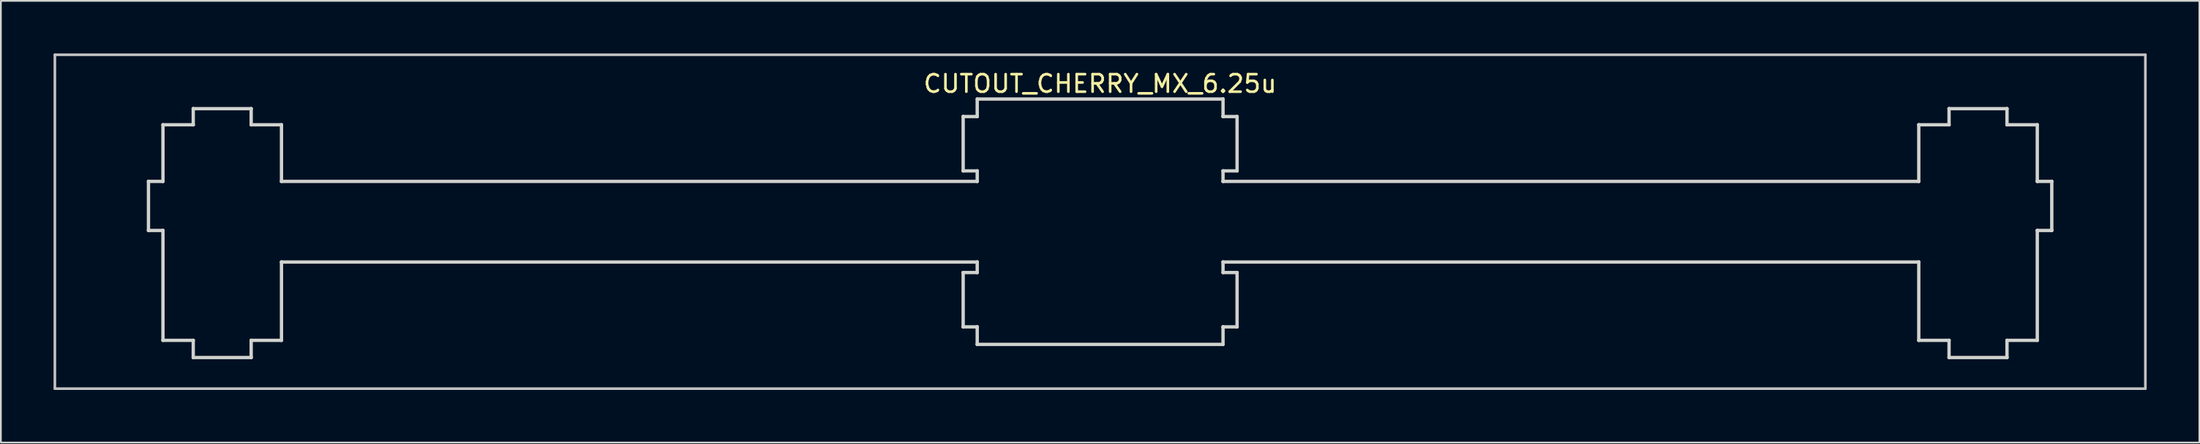
<source format=kicad_pcb>
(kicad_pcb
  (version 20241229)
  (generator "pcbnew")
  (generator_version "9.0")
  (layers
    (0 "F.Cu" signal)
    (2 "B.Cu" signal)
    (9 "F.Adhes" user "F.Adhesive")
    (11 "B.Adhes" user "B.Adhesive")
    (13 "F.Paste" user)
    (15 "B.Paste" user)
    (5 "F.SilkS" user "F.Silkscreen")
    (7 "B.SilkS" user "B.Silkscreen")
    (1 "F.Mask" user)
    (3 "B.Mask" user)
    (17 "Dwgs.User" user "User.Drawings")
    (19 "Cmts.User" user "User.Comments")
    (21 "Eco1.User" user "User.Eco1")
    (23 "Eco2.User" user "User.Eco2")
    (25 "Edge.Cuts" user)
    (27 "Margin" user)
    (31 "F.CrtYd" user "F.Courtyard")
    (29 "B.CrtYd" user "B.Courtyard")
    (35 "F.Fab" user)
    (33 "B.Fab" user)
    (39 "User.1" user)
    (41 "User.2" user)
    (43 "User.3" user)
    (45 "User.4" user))
  (footprint "CUTOUT_CHERRY_MX_6.25u"
    (layer "F.Cu")
    (at 62.146 4.52)
    (property "Reference" "CUTOUT_CHERRY_MX_6.25u" (at -2.54 -2.794 0) (layer "F.SilkS") (effects (font (size 1 1) (thickness 0.15))))
    (attr through_hole)
    (fp_line (start -62.071 -4.445) (end 56.991 -4.445) (stroke (width 0.15) (type solid)) (layer "Dwgs.User"))
    (fp_line (start -62.071 14.605) (end -62.071 -4.445) (stroke (width 0.15) (type solid)) (layer "Dwgs.User"))
    (fp_line (start 56.991 -4.445) (end 56.991 14.605) (stroke (width 0.15) (type solid)) (layer "Dwgs.User"))
    (fp_line (start 56.991 14.605) (end -62.071 14.605) (stroke (width 0.15) (type solid)) (layer "Dwgs.User"))
    (fp_line (start -56.74 2.78) (end -56.74 2.78) (stroke (width 0.189) (type solid)) (layer "Edge.Cuts"))
    (fp_line (start -56.74 2.78) (end -56.74 5.58) (stroke (width 0.189) (type solid)) (layer "Edge.Cuts"))
    (fp_line (start -56.74 5.58) (end -56.74 5.58) (stroke (width 0.189) (type solid)) (layer "Edge.Cuts"))
    (fp_line (start -56.74 5.58) (end -55.915 5.58) (stroke (width 0.189) (type solid)) (layer "Edge.Cuts"))
    (fp_line (start -55.915 -0.45) (end -55.915 -0.45) (stroke (width 0.189) (type solid)) (layer "Edge.Cuts"))
    (fp_line (start -55.915 -0.45) (end -55.915 2.78) (stroke (width 0.189) (type solid)) (layer "Edge.Cuts"))
    (fp_line (start -55.915 2.78) (end -56.74 2.78) (stroke (width 0.189) (type solid)) (layer "Edge.Cuts"))
    (fp_line (start -55.915 2.78) (end -55.915 2.78) (stroke (width 0.189) (type solid)) (layer "Edge.Cuts"))
    (fp_line (start -55.915 5.58) (end -55.915 5.58) (stroke (width 0.189) (type solid)) (layer "Edge.Cuts"))
    (fp_line (start -55.915 5.58) (end -55.915 11.85) (stroke (width 0.189) (type solid)) (layer "Edge.Cuts"))
    (fp_line (start -55.915 11.85) (end -55.915 11.85) (stroke (width 0.189) (type solid)) (layer "Edge.Cuts"))
    (fp_line (start -55.915 11.85) (end -54.19 11.85) (stroke (width 0.189) (type solid)) (layer "Edge.Cuts"))
    (fp_line (start -54.19 -1.37) (end -54.19 -1.37) (stroke (width 0.189) (type solid)) (layer "Edge.Cuts"))
    (fp_line (start -54.19 -1.37) (end -54.19 -0.45) (stroke (width 0.189) (type solid)) (layer "Edge.Cuts"))
    (fp_line (start -54.19 -0.45) (end -55.915 -0.45) (stroke (width 0.189) (type solid)) (layer "Edge.Cuts"))
    (fp_line (start -54.19 -0.45) (end -54.19 -0.45) (stroke (width 0.189) (type solid)) (layer "Edge.Cuts"))
    (fp_line (start -54.19 11.85) (end -54.19 11.85) (stroke (width 0.189) (type solid)) (layer "Edge.Cuts"))
    (fp_line (start -54.19 11.85) (end -54.19 12.83) (stroke (width 0.189) (type solid)) (layer "Edge.Cuts"))
    (fp_line (start -54.19 12.83) (end -54.19 12.83) (stroke (width 0.189) (type solid)) (layer "Edge.Cuts"))
    (fp_line (start -54.19 12.83) (end -50.89 12.83) (stroke (width 0.189) (type solid)) (layer "Edge.Cuts"))
    (fp_line (start -50.89 -1.37) (end -54.19 -1.37) (stroke (width 0.189) (type solid)) (layer "Edge.Cuts"))
    (fp_line (start -50.89 -1.37) (end -50.89 -1.37) (stroke (width 0.189) (type solid)) (layer "Edge.Cuts"))
    (fp_line (start -50.89 -0.45) (end -50.89 -1.37) (stroke (width 0.189) (type solid)) (layer "Edge.Cuts"))
    (fp_line (start -50.89 -0.45) (end -50.89 -0.45) (stroke (width 0.189) (type solid)) (layer "Edge.Cuts"))
    (fp_line (start -50.89 11.85) (end -50.89 11.85) (stroke (width 0.189) (type solid)) (layer "Edge.Cuts"))
    (fp_line (start -50.89 11.85) (end -49.165 11.85) (stroke (width 0.189) (type solid)) (layer "Edge.Cuts"))
    (fp_line (start -50.89 12.83) (end -50.89 11.85) (stroke (width 0.189) (type solid)) (layer "Edge.Cuts"))
    (fp_line (start -50.89 12.83) (end -50.89 12.83) (stroke (width 0.189) (type solid)) (layer "Edge.Cuts"))
    (fp_line (start -49.165 -0.45) (end -50.89 -0.45) (stroke (width 0.189) (type solid)) (layer "Edge.Cuts"))
    (fp_line (start -49.165 -0.45) (end -49.165 -0.45) (stroke (width 0.189) (type solid)) (layer "Edge.Cuts"))
    (fp_line (start -49.165 2.78) (end -49.165 -0.45) (stroke (width 0.189) (type solid)) (layer "Edge.Cuts"))
    (fp_line (start -49.165 2.78) (end -49.165 2.78) (stroke (width 0.189) (type solid)) (layer "Edge.Cuts"))
    (fp_line (start -49.165 7.38) (end -49.165 7.38) (stroke (width 0.189) (type solid)) (layer "Edge.Cuts"))
    (fp_line (start -49.165 7.38) (end -9.54 7.38) (stroke (width 0.189) (type solid)) (layer "Edge.Cuts"))
    (fp_line (start -49.165 11.85) (end -49.165 7.38) (stroke (width 0.189) (type solid)) (layer "Edge.Cuts"))
    (fp_line (start -49.165 11.85) (end -49.165 11.85) (stroke (width 0.189) (type solid)) (layer "Edge.Cuts"))
    (fp_line (start -10.34 -0.92) (end -10.34 -0.92) (stroke (width 0.189) (type solid)) (layer "Edge.Cuts"))
    (fp_line (start -10.34 -0.92) (end -10.34 2.18) (stroke (width 0.189) (type solid)) (layer "Edge.Cuts"))
    (fp_line (start -10.34 2.18) (end -10.34 2.18) (stroke (width 0.189) (type solid)) (layer "Edge.Cuts"))
    (fp_line (start -10.34 2.18) (end -9.54 2.18) (stroke (width 0.189) (type solid)) (layer "Edge.Cuts"))
    (fp_line (start -10.34 7.98) (end -10.34 7.98) (stroke (width 0.189) (type solid)) (layer "Edge.Cuts"))
    (fp_line (start -10.34 7.98) (end -10.34 11.08) (stroke (width 0.189) (type solid)) (layer "Edge.Cuts"))
    (fp_line (start -10.34 11.08) (end -10.34 11.08) (stroke (width 0.189) (type solid)) (layer "Edge.Cuts"))
    (fp_line (start -10.34 11.08) (end -9.54 11.08) (stroke (width 0.189) (type solid)) (layer "Edge.Cuts"))
    (fp_line (start -9.54 -1.92) (end -9.54 -0.92) (stroke (width 0.189) (type solid)) (layer "Edge.Cuts"))
    (fp_line (start -9.54 -0.92) (end -10.34 -0.92) (stroke (width 0.189) (type solid)) (layer "Edge.Cuts"))
    (fp_line (start -9.54 -0.92) (end -9.54 -0.92) (stroke (width 0.189) (type solid)) (layer "Edge.Cuts"))
    (fp_line (start -9.54 2.18) (end -9.54 2.18) (stroke (width 0.189) (type solid)) (layer "Edge.Cuts"))
    (fp_line (start -9.54 2.18) (end -9.54 2.78) (stroke (width 0.189) (type solid)) (layer "Edge.Cuts"))
    (fp_line (start -9.54 2.78) (end -49.165 2.78) (stroke (width 0.189) (type solid)) (layer "Edge.Cuts"))
    (fp_line (start -9.54 2.78) (end -9.54 2.78) (stroke (width 0.189) (type solid)) (layer "Edge.Cuts"))
    (fp_line (start -9.54 7.38) (end -9.54 7.38) (stroke (width 0.189) (type solid)) (layer "Edge.Cuts"))
    (fp_line (start -9.54 7.38) (end -9.54 7.98) (stroke (width 0.189) (type solid)) (layer "Edge.Cuts"))
    (fp_line (start -9.54 7.98) (end -10.34 7.98) (stroke (width 0.189) (type solid)) (layer "Edge.Cuts"))
    (fp_line (start -9.54 7.98) (end -9.54 7.98) (stroke (width 0.189) (type solid)) (layer "Edge.Cuts"))
    (fp_line (start -9.54 11.08) (end -9.54 11.08) (stroke (width 0.189) (type solid)) (layer "Edge.Cuts"))
    (fp_line (start -9.54 11.08) (end -9.54 12.08) (stroke (width 0.189) (type solid)) (layer "Edge.Cuts"))
    (fp_line (start -9.54 12.08) (end -9.54 12.08) (stroke (width 0.189) (type solid)) (layer "Edge.Cuts"))
    (fp_line (start -9.54 12.08) (end 4.46 12.08) (stroke (width 0.189) (type solid)) (layer "Edge.Cuts"))
    (fp_line (start 4.46 -1.92) (end -9.54 -1.92) (stroke (width 0.189) (type solid)) (layer "Edge.Cuts"))
    (fp_line (start 4.46 -1.92) (end 4.46 -1.92) (stroke (width 0.189) (type solid)) (layer "Edge.Cuts"))
    (fp_line (start 4.46 -0.92) (end 4.46 -1.92) (stroke (width 0.189) (type solid)) (layer "Edge.Cuts"))
    (fp_line (start 4.46 -0.92) (end 4.46 -0.92) (stroke (width 0.189) (type solid)) (layer "Edge.Cuts"))
    (fp_line (start 4.46 2.18) (end 4.46 2.18) (stroke (width 0.189) (type solid)) (layer "Edge.Cuts"))
    (fp_line (start 4.46 2.18) (end 5.26 2.18) (stroke (width 0.189) (type solid)) (layer "Edge.Cuts"))
    (fp_line (start 4.46 2.78) (end 4.46 2.18) (stroke (width 0.189) (type solid)) (layer "Edge.Cuts"))
    (fp_line (start 4.46 2.78) (end 4.46 2.78) (stroke (width 0.189) (type solid)) (layer "Edge.Cuts"))
    (fp_line (start 4.46 7.38) (end 4.46 7.38) (stroke (width 0.189) (type solid)) (layer "Edge.Cuts"))
    (fp_line (start 4.46 7.38) (end 44.085 7.38) (stroke (width 0.189) (type solid)) (layer "Edge.Cuts"))
    (fp_line (start 4.46 7.98) (end 4.46 7.38) (stroke (width 0.189) (type solid)) (layer "Edge.Cuts"))
    (fp_line (start 4.46 7.98) (end 4.46 7.98) (stroke (width 0.189) (type solid)) (layer "Edge.Cuts"))
    (fp_line (start 4.46 11.08) (end 4.46 11.08) (stroke (width 0.189) (type solid)) (layer "Edge.Cuts"))
    (fp_line (start 4.46 11.08) (end 5.26 11.08) (stroke (width 0.189) (type solid)) (layer "Edge.Cuts"))
    (fp_line (start 4.46 12.08) (end 4.46 11.08) (stroke (width 0.189) (type solid)) (layer "Edge.Cuts"))
    (fp_line (start 4.46 12.08) (end 4.46 12.08) (stroke (width 0.189) (type solid)) (layer "Edge.Cuts"))
    (fp_line (start 5.26 -0.92) (end 4.46 -0.92) (stroke (width 0.189) (type solid)) (layer "Edge.Cuts"))
    (fp_line (start 5.26 -0.92) (end 5.26 -0.92) (stroke (width 0.189) (type solid)) (layer "Edge.Cuts"))
    (fp_line (start 5.26 2.18) (end 5.26 -0.92) (stroke (width 0.189) (type solid)) (layer "Edge.Cuts"))
    (fp_line (start 5.26 2.18) (end 5.26 2.18) (stroke (width 0.189) (type solid)) (layer "Edge.Cuts"))
    (fp_line (start 5.26 7.98) (end 4.46 7.98) (stroke (width 0.189) (type solid)) (layer "Edge.Cuts"))
    (fp_line (start 5.26 7.98) (end 5.26 7.98) (stroke (width 0.189) (type solid)) (layer "Edge.Cuts"))
    (fp_line (start 5.26 11.08) (end 5.26 7.98) (stroke (width 0.189) (type solid)) (layer "Edge.Cuts"))
    (fp_line (start 5.26 11.08) (end 5.26 11.08) (stroke (width 0.189) (type solid)) (layer "Edge.Cuts"))
    (fp_line (start 44.085 -0.45) (end 44.085 -0.45) (stroke (width 0.189) (type solid)) (layer "Edge.Cuts"))
    (fp_line (start 44.085 -0.45) (end 44.085 2.78) (stroke (width 0.189) (type solid)) (layer "Edge.Cuts"))
    (fp_line (start 44.085 2.78) (end 4.46 2.78) (stroke (width 0.189) (type solid)) (layer "Edge.Cuts"))
    (fp_line (start 44.085 2.78) (end 44.085 2.78) (stroke (width 0.189) (type solid)) (layer "Edge.Cuts"))
    (fp_line (start 44.085 7.38) (end 44.085 7.38) (stroke (width 0.189) (type solid)) (layer "Edge.Cuts"))
    (fp_line (start 44.085 7.38) (end 44.085 11.85) (stroke (width 0.189) (type solid)) (layer "Edge.Cuts"))
    (fp_line (start 44.085 11.85) (end 44.085 11.85) (stroke (width 0.189) (type solid)) (layer "Edge.Cuts"))
    (fp_line (start 44.085 11.85) (end 45.81 11.85) (stroke (width 0.189) (type solid)) (layer "Edge.Cuts"))
    (fp_line (start 45.81 -1.37) (end 45.81 -1.37) (stroke (width 0.189) (type solid)) (layer "Edge.Cuts"))
    (fp_line (start 45.81 -1.37) (end 45.81 -0.45) (stroke (width 0.189) (type solid)) (layer "Edge.Cuts"))
    (fp_line (start 45.81 -0.45) (end 44.085 -0.45) (stroke (width 0.189) (type solid)) (layer "Edge.Cuts"))
    (fp_line (start 45.81 -0.45) (end 45.81 -0.45) (stroke (width 0.189) (type solid)) (layer "Edge.Cuts"))
    (fp_line (start 45.81 11.85) (end 45.81 11.85) (stroke (width 0.189) (type solid)) (layer "Edge.Cuts"))
    (fp_line (start 45.81 11.85) (end 45.81 12.83) (stroke (width 0.189) (type solid)) (layer "Edge.Cuts"))
    (fp_line (start 45.81 12.83) (end 45.81 12.83) (stroke (width 0.189) (type solid)) (layer "Edge.Cuts"))
    (fp_line (start 45.81 12.83) (end 49.11 12.83) (stroke (width 0.189) (type solid)) (layer "Edge.Cuts"))
    (fp_line (start 49.11 -1.37) (end 45.81 -1.37) (stroke (width 0.189) (type solid)) (layer "Edge.Cuts"))
    (fp_line (start 49.11 -1.37) (end 49.11 -1.37) (stroke (width 0.189) (type solid)) (layer "Edge.Cuts"))
    (fp_line (start 49.11 -0.45) (end 49.11 -1.37) (stroke (width 0.189) (type solid)) (layer "Edge.Cuts"))
    (fp_line (start 49.11 -0.45) (end 49.11 -0.45) (stroke (width 0.189) (type solid)) (layer "Edge.Cuts"))
    (fp_line (start 49.11 11.85) (end 49.11 11.85) (stroke (width 0.189) (type solid)) (layer "Edge.Cuts"))
    (fp_line (start 49.11 11.85) (end 50.835 11.85) (stroke (width 0.189) (type solid)) (layer "Edge.Cuts"))
    (fp_line (start 49.11 12.83) (end 49.11 11.85) (stroke (width 0.189) (type solid)) (layer "Edge.Cuts"))
    (fp_line (start 49.11 12.83) (end 49.11 12.83) (stroke (width 0.189) (type solid)) (layer "Edge.Cuts"))
    (fp_line (start 50.835 -0.45) (end 49.11 -0.45) (stroke (width 0.189) (type solid)) (layer "Edge.Cuts"))
    (fp_line (start 50.835 -0.45) (end 50.835 -0.45) (stroke (width 0.189) (type solid)) (layer "Edge.Cuts"))
    (fp_line (start 50.835 2.78) (end 50.835 -0.45) (stroke (width 0.189) (type solid)) (layer "Edge.Cuts"))
    (fp_line (start 50.835 2.78) (end 50.835 2.78) (stroke (width 0.189) (type solid)) (layer "Edge.Cuts"))
    (fp_line (start 50.835 5.58) (end 50.835 5.58) (stroke (width 0.189) (type solid)) (layer "Edge.Cuts"))
    (fp_line (start 50.835 5.58) (end 51.66 5.58) (stroke (width 0.189) (type solid)) (layer "Edge.Cuts"))
    (fp_line (start 50.835 11.85) (end 50.835 5.58) (stroke (width 0.189) (type solid)) (layer "Edge.Cuts"))
    (fp_line (start 50.835 11.85) (end 50.835 11.85) (stroke (width 0.189) (type solid)) (layer "Edge.Cuts"))
    (fp_line (start 51.66 2.78) (end 50.835 2.78) (stroke (width 0.189) (type solid)) (layer "Edge.Cuts"))
    (fp_line (start 51.66 2.78) (end 51.66 2.78) (stroke (width 0.189) (type solid)) (layer "Edge.Cuts"))
    (fp_line (start 51.66 5.58) (end 51.66 2.78) (stroke (width 0.189) (type solid)) (layer "Edge.Cuts"))
    (fp_line (start 51.66 5.58) (end 51.66 5.58) (stroke (width 0.189) (type solid)) (layer "Edge.Cuts")))
  (gr_rect
    (start -3 -3)
    (end 122.213 22.2)
    (stroke (width 0.1) (type default))
    (fill no)
    (layer "Edge.Cuts")))
</source>
